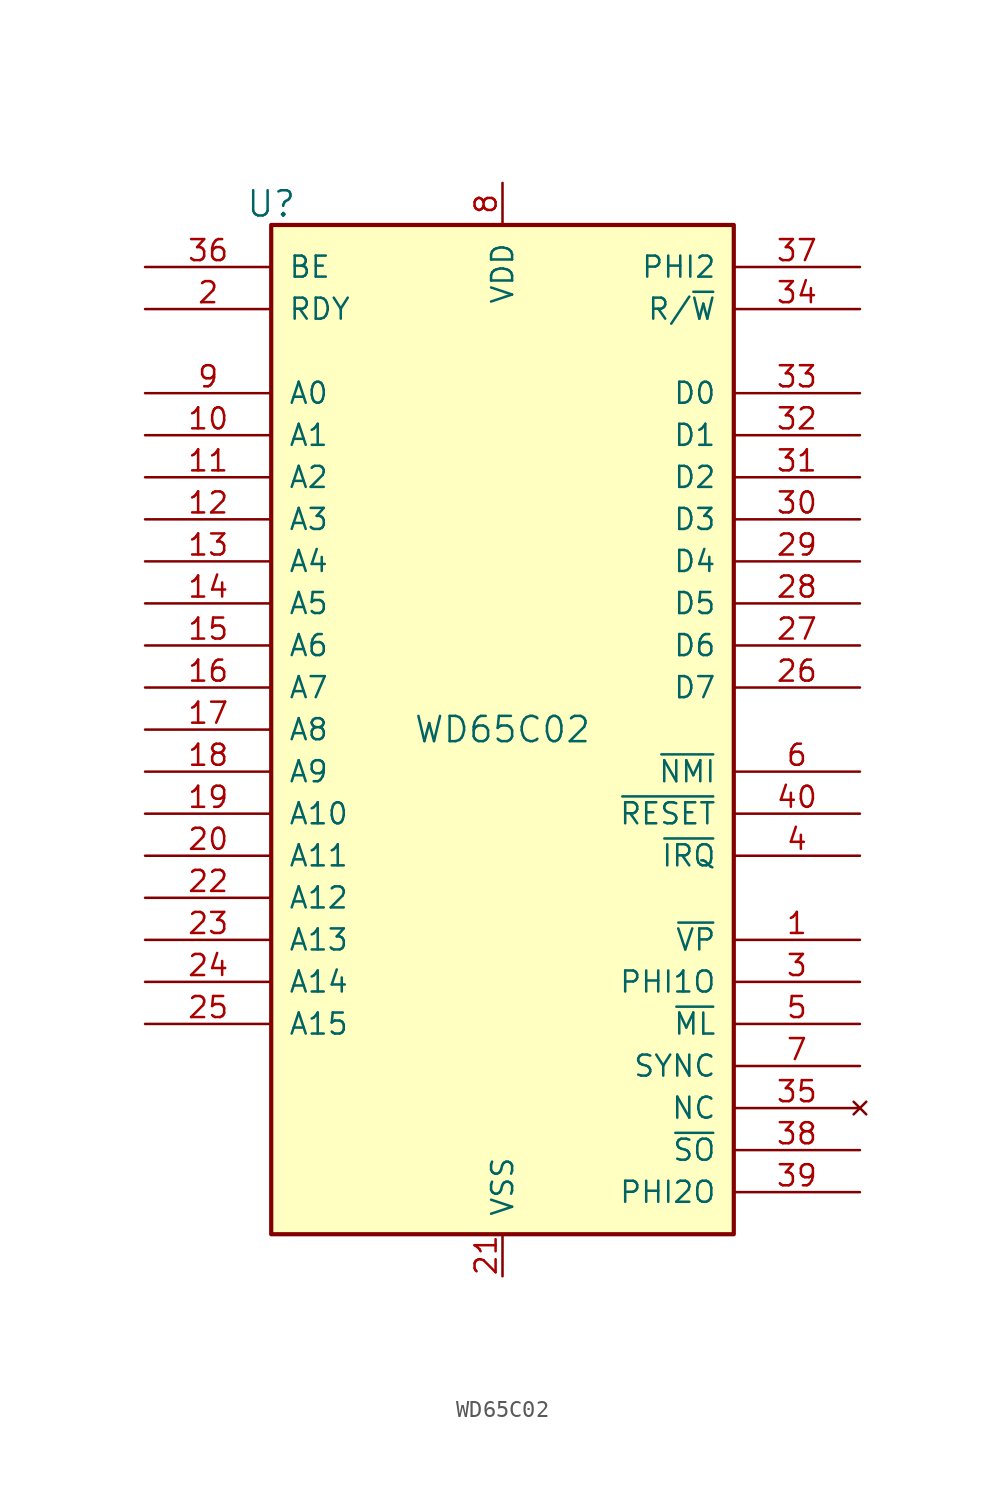
<source format=kicad_sym>
(kicad_symbol_lib
  (version 20211014)
  (generator kicad_symbol_editor)
  (symbol "WD65C02"
    (pin_names
      (offset 1.016))
    (property "Reference" "U"
      (at -13.97 31.75 0)
      (effects (font (size 1.524 1.524))))
    (property "Value" "WD65C02"
      (at 0 0 0)
      (effects (font (size 1.524 1.524))))
    (symbol "WD65C02_0_1"
      (rectangle (start -13.97 30.48) (end 13.97 -30.48) (stroke (width 0.254) (type default) (color 0 0 0 0)) (fill (type background))))
    (symbol "WD65C02_1_1"
      (pin output line (at 21.59 -12.7 180) (length 7.62) (name "~{VP}" (effects (font (size 1.27 1.27)))) (number "1" (effects (font (size 1.27 1.27)))))
      (pin output line (at -21.59 17.78 0) (length 7.62) (name "A1" (effects (font (size 1.27 1.27)))) (number "10" (effects (font (size 1.27 1.27)))))
      (pin output line (at -21.59 15.24 0) (length 7.62) (name "A2" (effects (font (size 1.27 1.27)))) (number "11" (effects (font (size 1.27 1.27)))))
      (pin output line (at -21.59 12.7 0) (length 7.62) (name "A3" (effects (font (size 1.27 1.27)))) (number "12" (effects (font (size 1.27 1.27)))))
      (pin output line (at -21.59 10.16 0) (length 7.62) (name "A4" (effects (font (size 1.27 1.27)))) (number "13" (effects (font (size 1.27 1.27)))))
      (pin output line (at -21.59 7.62 0) (length 7.62) (name "A5" (effects (font (size 1.27 1.27)))) (number "14" (effects (font (size 1.27 1.27)))))
      (pin output line (at -21.59 5.08 0) (length 7.62) (name "A6" (effects (font (size 1.27 1.27)))) (number "15" (effects (font (size 1.27 1.27)))))
      (pin output line (at -21.59 2.54 0) (length 7.62) (name "A7" (effects (font (size 1.27 1.27)))) (number "16" (effects (font (size 1.27 1.27)))))
      (pin output line (at -21.59 0 0) (length 7.62) (name "A8" (effects (font (size 1.27 1.27)))) (number "17" (effects (font (size 1.27 1.27)))))
      (pin output line (at -21.59 -2.54 0) (length 7.62) (name "A9" (effects (font (size 1.27 1.27)))) (number "18" (effects (font (size 1.27 1.27)))))
      (pin output line (at -21.59 -5.08 0) (length 7.62) (name "A10" (effects (font (size 1.27 1.27)))) (number "19" (effects (font (size 1.27 1.27)))))
      (pin bidirectional line (at -21.59 25.4 0) (length 7.62) (name "RDY" (effects (font (size 1.27 1.27)))) (number "2" (effects (font (size 1.27 1.27)))))
      (pin output line (at -21.59 -7.62 0) (length 7.62) (name "A11" (effects (font (size 1.27 1.27)))) (number "20" (effects (font (size 1.27 1.27)))))
      (pin power_in line (at 0 -33.02 90) (length 2.54) (name "VSS" (effects (font (size 1.27 1.27)))) (number "21" (effects (font (size 1.27 1.27)))))
      (pin output line (at -21.59 -10.16 0) (length 7.62) (name "A12" (effects (font (size 1.27 1.27)))) (number "22" (effects (font (size 1.27 1.27)))))
      (pin output line (at -21.59 -12.7 0) (length 7.62) (name "A13" (effects (font (size 1.27 1.27)))) (number "23" (effects (font (size 1.27 1.27)))))
      (pin output line (at -21.59 -15.24 0) (length 7.62) (name "A14" (effects (font (size 1.27 1.27)))) (number "24" (effects (font (size 1.27 1.27)))))
      (pin output line (at -21.59 -17.78 0) (length 7.62) (name "A15" (effects (font (size 1.27 1.27)))) (number "25" (effects (font (size 1.27 1.27)))))
      (pin tri_state line (at 21.59 2.54 180) (length 7.62) (name "D7" (effects (font (size 1.27 1.27)))) (number "26" (effects (font (size 1.27 1.27)))))
      (pin tri_state line (at 21.59 5.08 180) (length 7.62) (name "D6" (effects (font (size 1.27 1.27)))) (number "27" (effects (font (size 1.27 1.27)))))
      (pin tri_state line (at 21.59 7.62 180) (length 7.62) (name "D5" (effects (font (size 1.27 1.27)))) (number "28" (effects (font (size 1.27 1.27)))))
      (pin tri_state line (at 21.59 10.16 180) (length 7.62) (name "D4" (effects (font (size 1.27 1.27)))) (number "29" (effects (font (size 1.27 1.27)))))
      (pin output line (at 21.59 -15.24 180) (length 7.62) (name "PHI1O" (effects (font (size 1.27 1.27)))) (number "3" (effects (font (size 1.27 1.27)))))
      (pin tri_state line (at 21.59 12.7 180) (length 7.62) (name "D3" (effects (font (size 1.27 1.27)))) (number "30" (effects (font (size 1.27 1.27)))))
      (pin tri_state line (at 21.59 15.24 180) (length 7.62) (name "D2" (effects (font (size 1.27 1.27)))) (number "31" (effects (font (size 1.27 1.27)))))
      (pin tri_state line (at 21.59 17.78 180) (length 7.62) (name "D1" (effects (font (size 1.27 1.27)))) (number "32" (effects (font (size 1.27 1.27)))))
      (pin tri_state line (at 21.59 20.32 180) (length 7.62) (name "D0" (effects (font (size 1.27 1.27)))) (number "33" (effects (font (size 1.27 1.27)))))
      (pin output line (at 21.59 25.4 180) (length 7.62) (name "R/~{W}" (effects (font (size 1.27 1.27)))) (number "34" (effects (font (size 1.27 1.27)))))
      (pin no_connect line (at 21.59 -22.86 180) (length 7.62) (name "NC" (effects (font (size 1.27 1.27)))) (number "35" (effects (font (size 1.27 1.27)))))
      (pin input line (at -21.59 27.94 0) (length 7.62) (name "BE" (effects (font (size 1.27 1.27)))) (number "36" (effects (font (size 1.27 1.27)))))
      (pin input line (at 21.59 27.94 180) (length 7.62) (name "PHI2" (effects (font (size 1.27 1.27)))) (number "37" (effects (font (size 1.27 1.27)))))
      (pin input line (at 21.59 -25.4 180) (length 7.62) (name "~{SO}" (effects (font (size 1.27 1.27)))) (number "38" (effects (font (size 1.27 1.27)))))
      (pin output line (at 21.59 -27.94 180) (length 7.62) (name "PHI2O" (effects (font (size 1.27 1.27)))) (number "39" (effects (font (size 1.27 1.27)))))
      (pin input line (at 21.59 -7.62 180) (length 7.62) (name "~{IRQ}" (effects (font (size 1.27 1.27)))) (number "4" (effects (font (size 1.27 1.27)))))
      (pin input line (at 21.59 -5.08 180) (length 7.62) (name "~{RESET}" (effects (font (size 1.27 1.27)))) (number "40" (effects (font (size 1.27 1.27)))))
      (pin output line (at 21.59 -17.78 180) (length 7.62) (name "~{ML}" (effects (font (size 1.27 1.27)))) (number "5" (effects (font (size 1.27 1.27)))))
      (pin input line (at 21.59 -2.54 180) (length 7.62) (name "~{NMI}" (effects (font (size 1.27 1.27)))) (number "6" (effects (font (size 1.27 1.27)))))
      (pin output line (at 21.59 -20.32 180) (length 7.62) (name "SYNC" (effects (font (size 1.27 1.27)))) (number "7" (effects (font (size 1.27 1.27)))))
      (pin power_in line (at 0 33.02 270) (length 2.54) (name "VDD" (effects (font (size 1.27 1.27)))) (number "8" (effects (font (size 1.27 1.27)))))
      (pin output line (at -21.59 20.32 0) (length 7.62) (name "A0" (effects (font (size 1.27 1.27)))) (number "9" (effects (font (size 1.27 1.27))))))))
</source>
